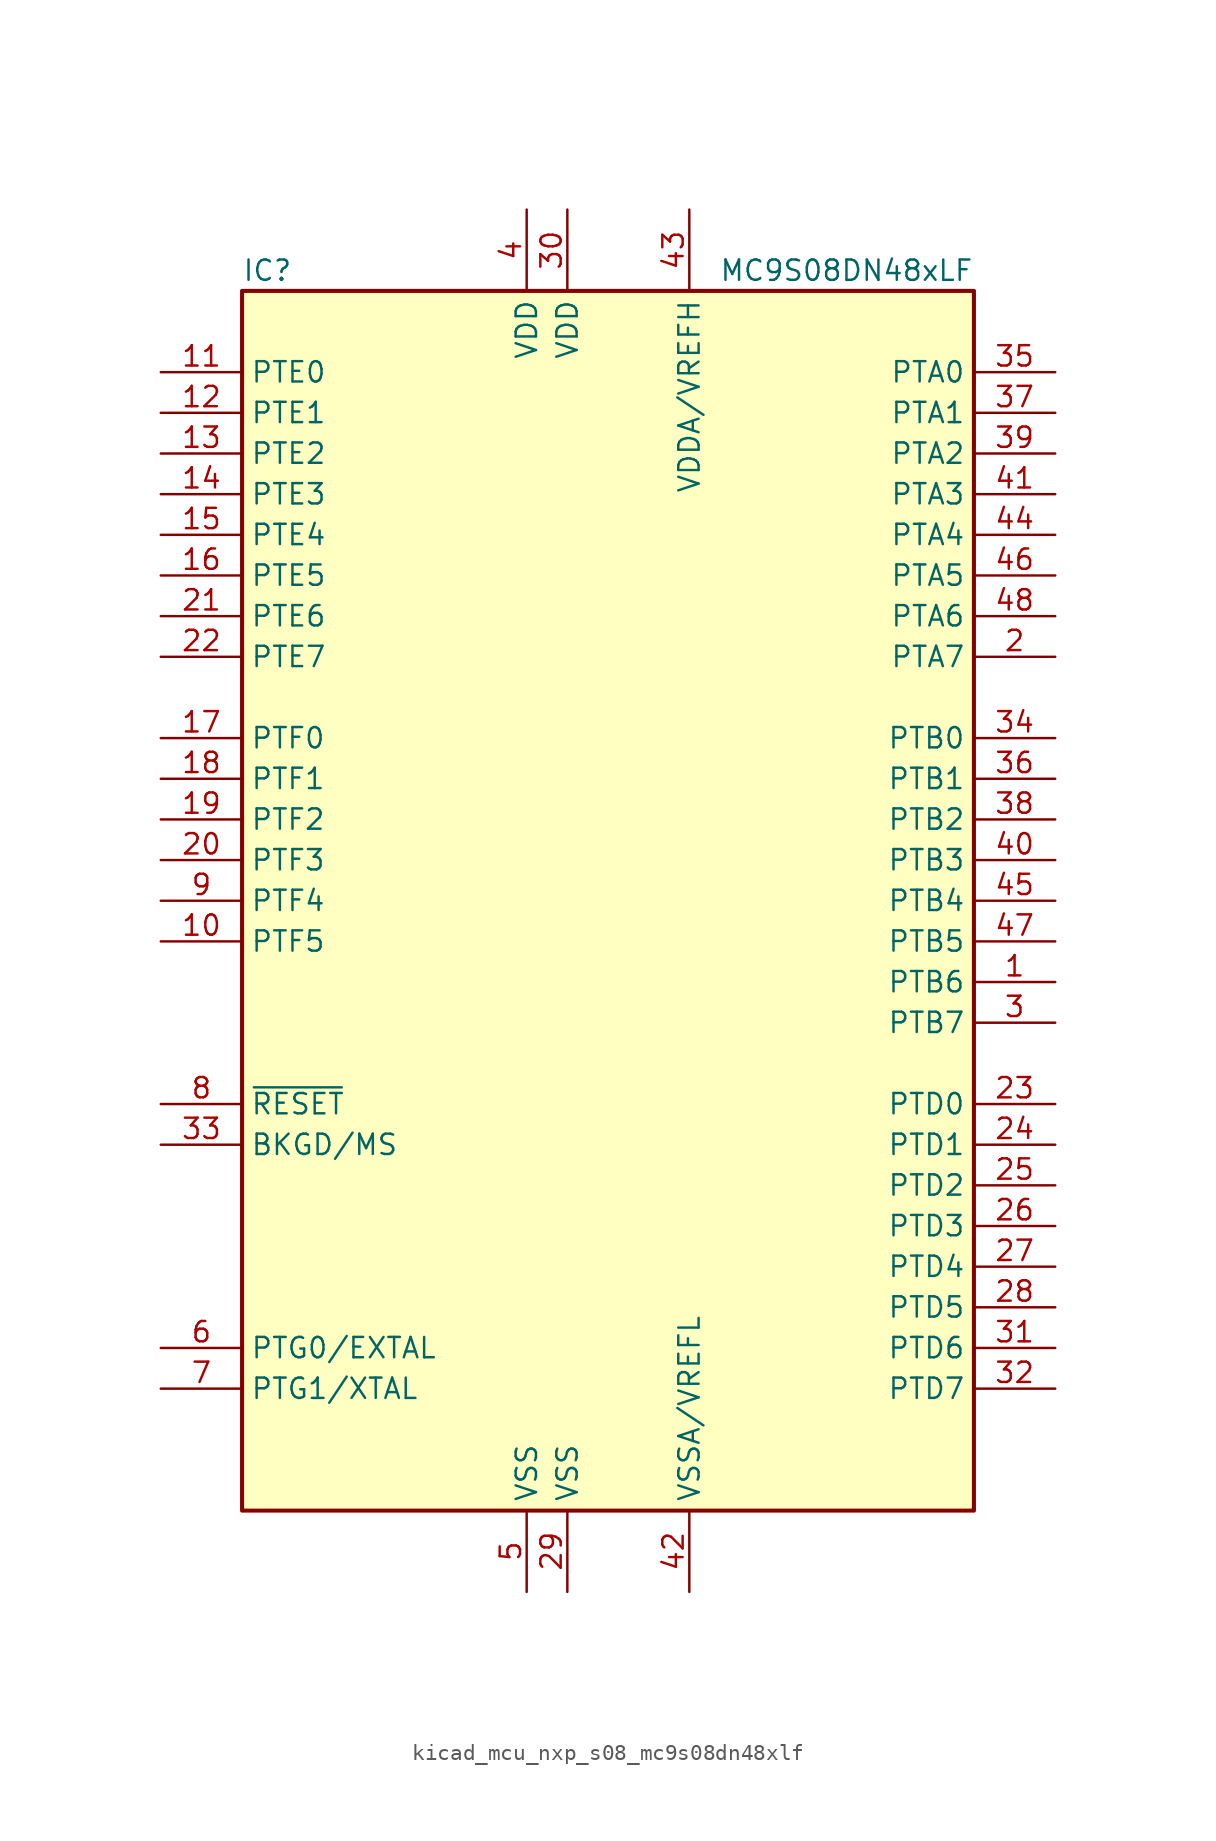
<source format=kicad_sym>
(kicad_symbol_lib
  (version 20220914)
  (generator kicad_symbol_editor)
  (symbol "kicad_mcu_nxp_s08_mc9s08dn48xlf"
    (property "Reference" "IC"
      (at -22.86 39.37 0)
      (effects (font (size 1.27 1.27)) (justify left)))
    (property "Value" "MC9S08DN48xLF"
      (at 22.86 39.37 0)
      (effects (font (size 1.27 1.27)) (justify right)))
    (symbol "kicad_mcu_nxp_s08_mc9s08dn48xlf_0_1"
      (rectangle (start -22.86 38.1) (end 22.86 -38.1) (stroke (width 0.254) (type default)) (fill (type background))))
    (symbol "kicad_mcu_nxp_s08_mc9s08dn48xlf_1_1"
      (pin bidirectional line (at 27.94 -5.08 180) (length 5.08) (name "PTB6" (effects (font (size 1.27 1.27)))) (number "1" (effects (font (size 1.27 1.27)))))
      (pin bidirectional line (at -27.94 -2.54 0) (length 5.08) (name "PTF5" (effects (font (size 1.27 1.27)))) (number "10" (effects (font (size 1.27 1.27)))))
      (pin bidirectional line (at -27.94 33.02 0) (length 5.08) (name "PTE0" (effects (font (size 1.27 1.27)))) (number "11" (effects (font (size 1.27 1.27)))))
      (pin bidirectional line (at -27.94 30.48 0) (length 5.08) (name "PTE1" (effects (font (size 1.27 1.27)))) (number "12" (effects (font (size 1.27 1.27)))))
      (pin bidirectional line (at -27.94 27.94 0) (length 5.08) (name "PTE2" (effects (font (size 1.27 1.27)))) (number "13" (effects (font (size 1.27 1.27)))))
      (pin bidirectional line (at -27.94 25.4 0) (length 5.08) (name "PTE3" (effects (font (size 1.27 1.27)))) (number "14" (effects (font (size 1.27 1.27)))))
      (pin bidirectional line (at -27.94 22.86 0) (length 5.08) (name "PTE4" (effects (font (size 1.27 1.27)))) (number "15" (effects (font (size 1.27 1.27)))))
      (pin bidirectional line (at -27.94 20.32 0) (length 5.08) (name "PTE5" (effects (font (size 1.27 1.27)))) (number "16" (effects (font (size 1.27 1.27)))))
      (pin bidirectional line (at -27.94 10.16 0) (length 5.08) (name "PTF0" (effects (font (size 1.27 1.27)))) (number "17" (effects (font (size 1.27 1.27)))))
      (pin bidirectional line (at -27.94 7.62 0) (length 5.08) (name "PTF1" (effects (font (size 1.27 1.27)))) (number "18" (effects (font (size 1.27 1.27)))))
      (pin bidirectional line (at -27.94 5.08 0) (length 5.08) (name "PTF2" (effects (font (size 1.27 1.27)))) (number "19" (effects (font (size 1.27 1.27)))))
      (pin bidirectional line (at 27.94 15.24 180) (length 5.08) (name "PTA7" (effects (font (size 1.27 1.27)))) (number "2" (effects (font (size 1.27 1.27)))))
      (pin bidirectional line (at -27.94 2.54 0) (length 5.08) (name "PTF3" (effects (font (size 1.27 1.27)))) (number "20" (effects (font (size 1.27 1.27)))))
      (pin bidirectional line (at -27.94 17.78 0) (length 5.08) (name "PTE6" (effects (font (size 1.27 1.27)))) (number "21" (effects (font (size 1.27 1.27)))))
      (pin bidirectional line (at -27.94 15.24 0) (length 5.08) (name "PTE7" (effects (font (size 1.27 1.27)))) (number "22" (effects (font (size 1.27 1.27)))))
      (pin bidirectional line (at 27.94 -12.7 180) (length 5.08) (name "PTD0" (effects (font (size 1.27 1.27)))) (number "23" (effects (font (size 1.27 1.27)))))
      (pin bidirectional line (at 27.94 -15.24 180) (length 5.08) (name "PTD1" (effects (font (size 1.27 1.27)))) (number "24" (effects (font (size 1.27 1.27)))))
      (pin bidirectional line (at 27.94 -17.78 180) (length 5.08) (name "PTD2" (effects (font (size 1.27 1.27)))) (number "25" (effects (font (size 1.27 1.27)))))
      (pin bidirectional line (at 27.94 -20.32 180) (length 5.08) (name "PTD3" (effects (font (size 1.27 1.27)))) (number "26" (effects (font (size 1.27 1.27)))))
      (pin bidirectional line (at 27.94 -22.86 180) (length 5.08) (name "PTD4" (effects (font (size 1.27 1.27)))) (number "27" (effects (font (size 1.27 1.27)))))
      (pin bidirectional line (at 27.94 -25.4 180) (length 5.08) (name "PTD5" (effects (font (size 1.27 1.27)))) (number "28" (effects (font (size 1.27 1.27)))))
      (pin power_in line (at -2.54 -43.18 90) (length 5.08) (name "VSS" (effects (font (size 1.27 1.27)))) (number "29" (effects (font (size 1.27 1.27)))))
      (pin bidirectional line (at 27.94 -7.62 180) (length 5.08) (name "PTB7" (effects (font (size 1.27 1.27)))) (number "3" (effects (font (size 1.27 1.27)))))
      (pin power_in line (at -2.54 43.18 270) (length 5.08) (name "VDD" (effects (font (size 1.27 1.27)))) (number "30" (effects (font (size 1.27 1.27)))))
      (pin bidirectional line (at 27.94 -27.94 180) (length 5.08) (name "PTD6" (effects (font (size 1.27 1.27)))) (number "31" (effects (font (size 1.27 1.27)))))
      (pin bidirectional line (at 27.94 -30.48 180) (length 5.08) (name "PTD7" (effects (font (size 1.27 1.27)))) (number "32" (effects (font (size 1.27 1.27)))))
      (pin bidirectional line (at -27.94 -15.24 0) (length 5.08) (name "BKGD/MS" (effects (font (size 1.27 1.27)))) (number "33" (effects (font (size 1.27 1.27)))))
      (pin bidirectional line (at 27.94 10.16 180) (length 5.08) (name "PTB0" (effects (font (size 1.27 1.27)))) (number "34" (effects (font (size 1.27 1.27)))))
      (pin bidirectional line (at 27.94 33.02 180) (length 5.08) (name "PTA0" (effects (font (size 1.27 1.27)))) (number "35" (effects (font (size 1.27 1.27)))))
      (pin bidirectional line (at 27.94 7.62 180) (length 5.08) (name "PTB1" (effects (font (size 1.27 1.27)))) (number "36" (effects (font (size 1.27 1.27)))))
      (pin bidirectional line (at 27.94 30.48 180) (length 5.08) (name "PTA1" (effects (font (size 1.27 1.27)))) (number "37" (effects (font (size 1.27 1.27)))))
      (pin bidirectional line (at 27.94 5.08 180) (length 5.08) (name "PTB2" (effects (font (size 1.27 1.27)))) (number "38" (effects (font (size 1.27 1.27)))))
      (pin bidirectional line (at 27.94 27.94 180) (length 5.08) (name "PTA2" (effects (font (size 1.27 1.27)))) (number "39" (effects (font (size 1.27 1.27)))))
      (pin power_in line (at -5.08 43.18 270) (length 5.08) (name "VDD" (effects (font (size 1.27 1.27)))) (number "4" (effects (font (size 1.27 1.27)))))
      (pin bidirectional line (at 27.94 2.54 180) (length 5.08) (name "PTB3" (effects (font (size 1.27 1.27)))) (number "40" (effects (font (size 1.27 1.27)))))
      (pin bidirectional line (at 27.94 25.4 180) (length 5.08) (name "PTA3" (effects (font (size 1.27 1.27)))) (number "41" (effects (font (size 1.27 1.27)))))
      (pin power_in line (at 5.08 -43.18 90) (length 5.08) (name "VSSA/VREFL" (effects (font (size 1.27 1.27)))) (number "42" (effects (font (size 1.27 1.27)))))
      (pin power_in line (at 5.08 43.18 270) (length 5.08) (name "VDDA/VREFH" (effects (font (size 1.27 1.27)))) (number "43" (effects (font (size 1.27 1.27)))))
      (pin bidirectional line (at 27.94 22.86 180) (length 5.08) (name "PTA4" (effects (font (size 1.27 1.27)))) (number "44" (effects (font (size 1.27 1.27)))))
      (pin bidirectional line (at 27.94 0 180) (length 5.08) (name "PTB4" (effects (font (size 1.27 1.27)))) (number "45" (effects (font (size 1.27 1.27)))))
      (pin bidirectional line (at 27.94 20.32 180) (length 5.08) (name "PTA5" (effects (font (size 1.27 1.27)))) (number "46" (effects (font (size 1.27 1.27)))))
      (pin bidirectional line (at 27.94 -2.54 180) (length 5.08) (name "PTB5" (effects (font (size 1.27 1.27)))) (number "47" (effects (font (size 1.27 1.27)))))
      (pin bidirectional line (at 27.94 17.78 180) (length 5.08) (name "PTA6" (effects (font (size 1.27 1.27)))) (number "48" (effects (font (size 1.27 1.27)))))
      (pin power_in line (at -5.08 -43.18 90) (length 5.08) (name "VSS" (effects (font (size 1.27 1.27)))) (number "5" (effects (font (size 1.27 1.27)))))
      (pin bidirectional line (at -27.94 -27.94 0) (length 5.08) (name "PTG0/EXTAL" (effects (font (size 1.27 1.27)))) (number "6" (effects (font (size 1.27 1.27)))))
      (pin bidirectional line (at -27.94 -30.48 0) (length 5.08) (name "PTG1/XTAL" (effects (font (size 1.27 1.27)))) (number "7" (effects (font (size 1.27 1.27)))))
      (pin input line (at -27.94 -12.7 0) (length 5.08) (name "~{RESET}" (effects (font (size 1.27 1.27)))) (number "8" (effects (font (size 1.27 1.27)))))
      (pin bidirectional line (at -27.94 0 0) (length 5.08) (name "PTF4" (effects (font (size 1.27 1.27)))) (number "9" (effects (font (size 1.27 1.27))))))))
</source>
